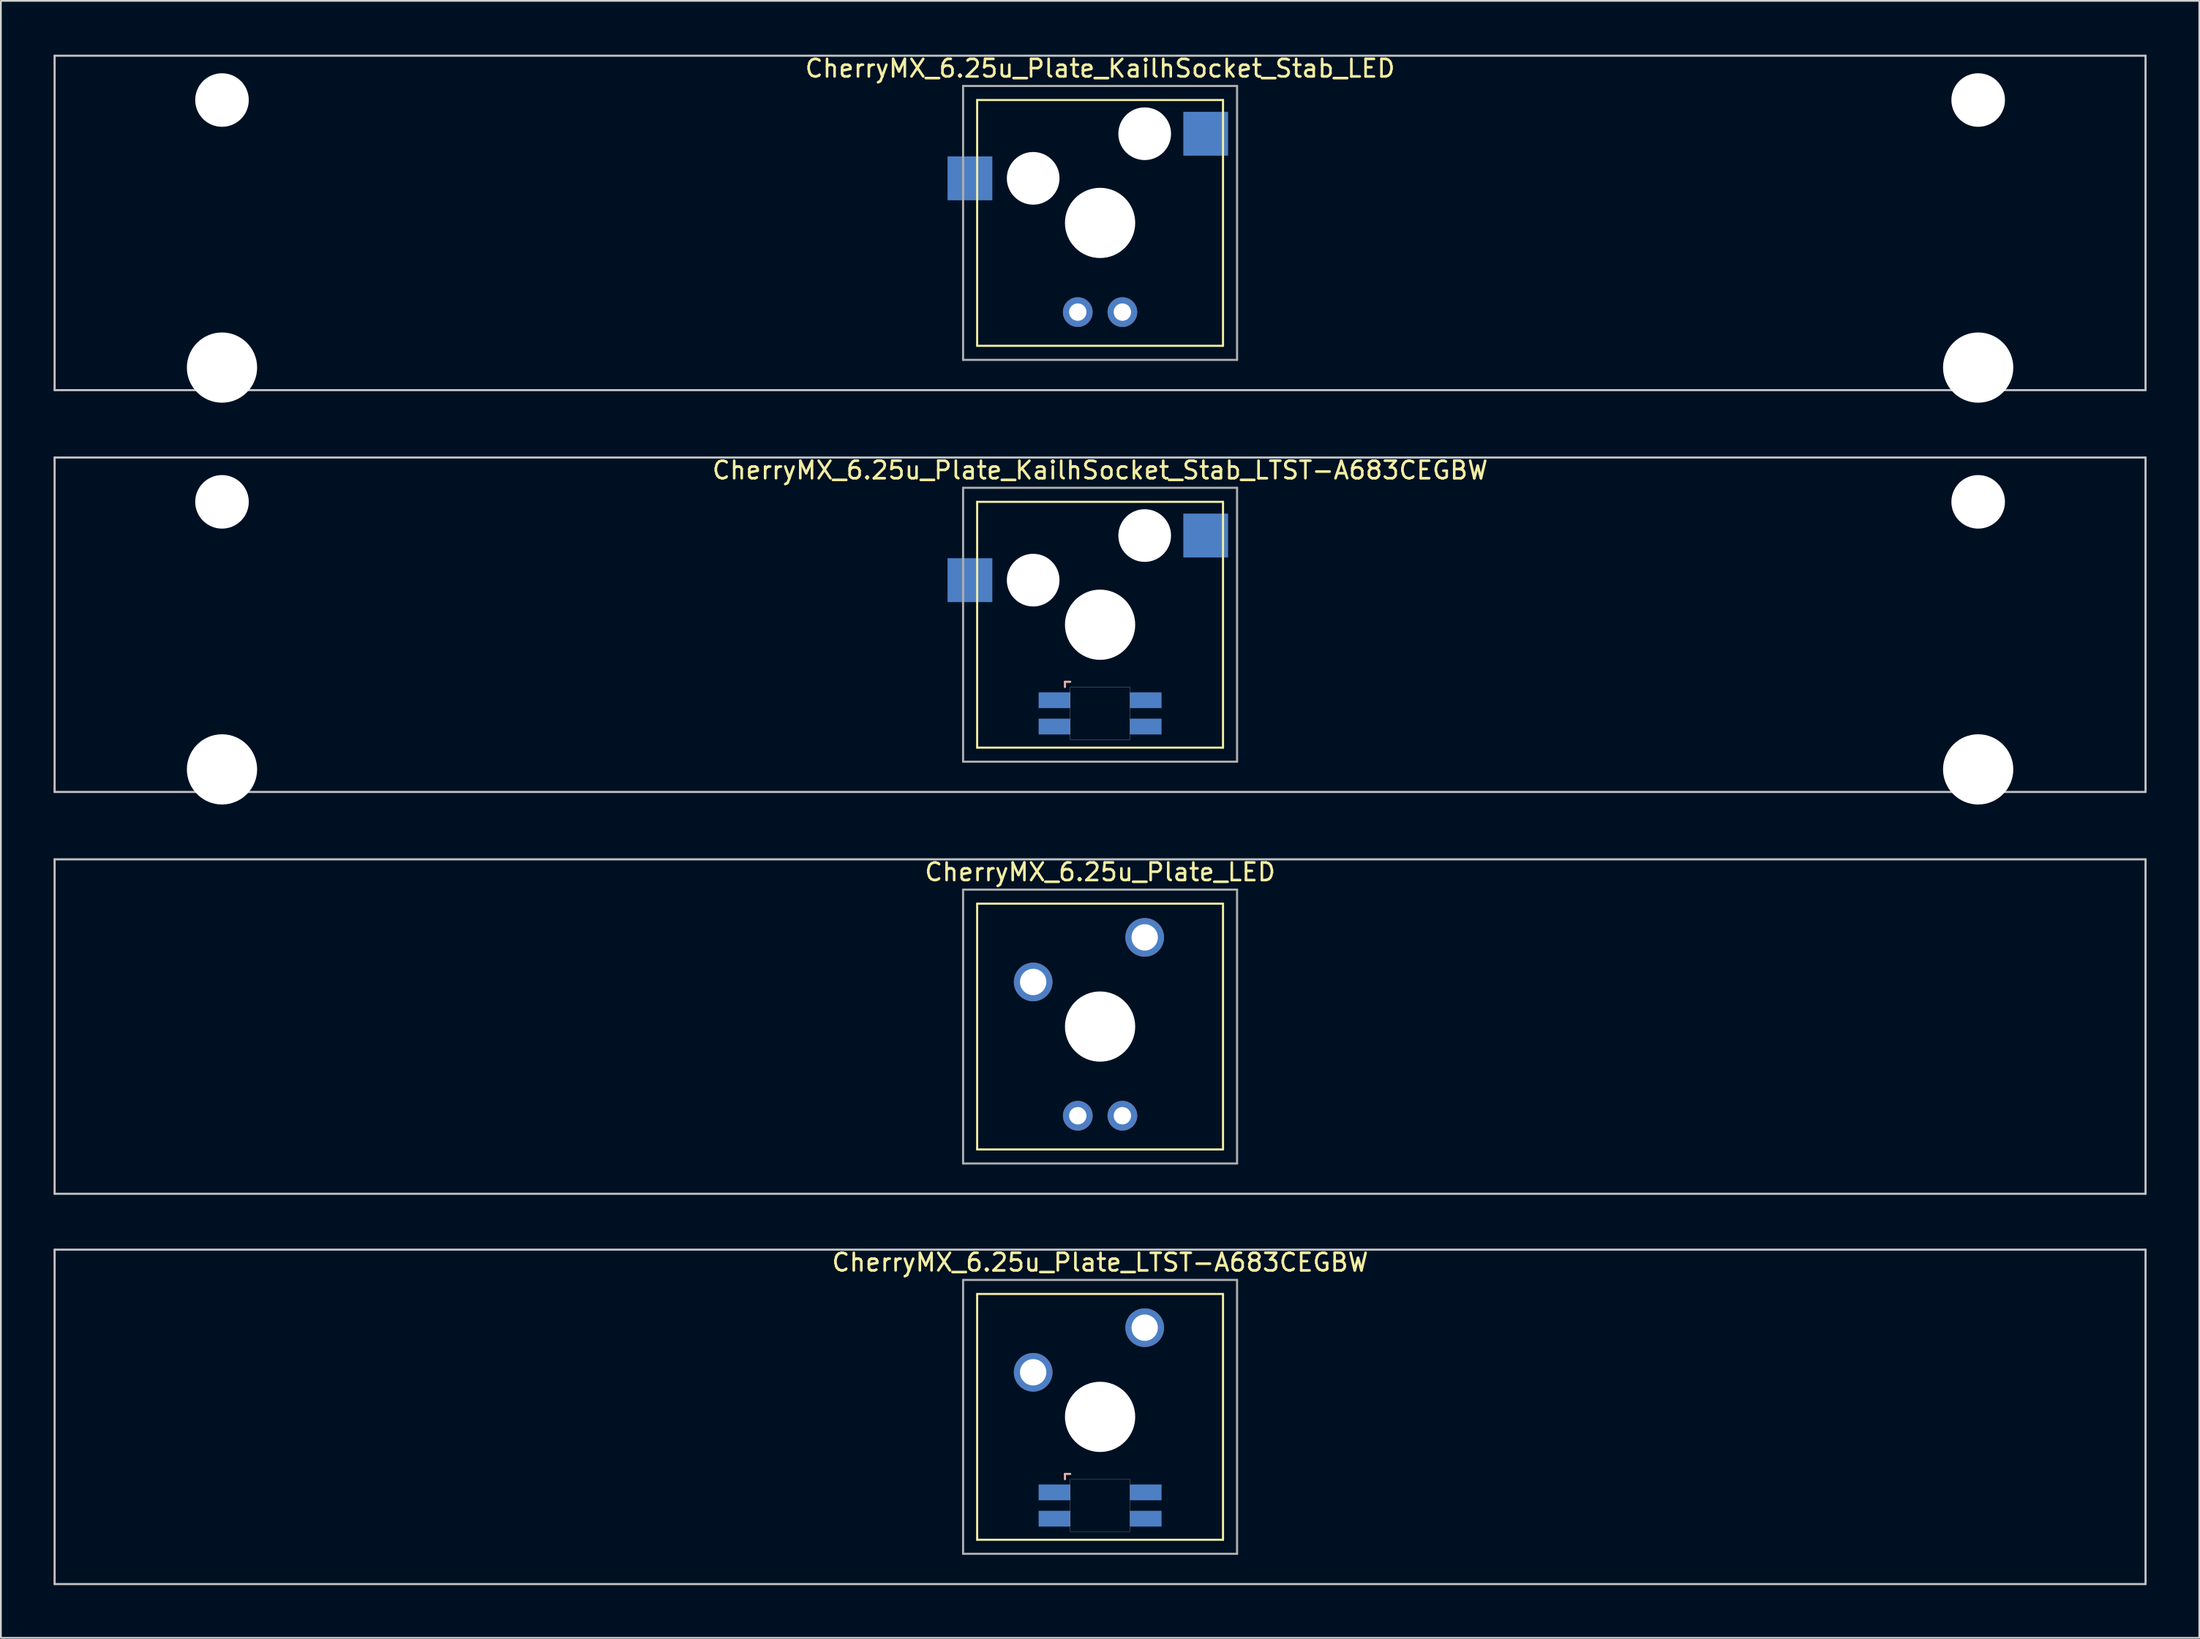
<source format=kicad_pcb>
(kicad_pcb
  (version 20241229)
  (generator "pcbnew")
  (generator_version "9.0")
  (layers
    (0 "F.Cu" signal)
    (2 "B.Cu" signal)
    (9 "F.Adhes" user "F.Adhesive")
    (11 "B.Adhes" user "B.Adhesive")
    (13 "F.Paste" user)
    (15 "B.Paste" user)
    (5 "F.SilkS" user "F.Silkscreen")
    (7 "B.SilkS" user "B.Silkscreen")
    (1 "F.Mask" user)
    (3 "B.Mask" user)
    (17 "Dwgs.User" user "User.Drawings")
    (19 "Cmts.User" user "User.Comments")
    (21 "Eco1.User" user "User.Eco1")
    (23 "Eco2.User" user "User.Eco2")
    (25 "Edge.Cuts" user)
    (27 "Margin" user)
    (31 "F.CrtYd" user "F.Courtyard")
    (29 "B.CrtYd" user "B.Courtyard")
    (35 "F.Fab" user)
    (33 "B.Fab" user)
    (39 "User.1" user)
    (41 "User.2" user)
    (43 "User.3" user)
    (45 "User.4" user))
  (footprint "CherryMX_6.25u_Plate_KailhSocket_Stab_LTST-A683CEGBW"
    (layer "F.Cu")
    (at 59.591 32.536)
    (property "Reference" "CherryMX_6.25u_Plate_KailhSocket_Stab_LTST-A683CEGBW" (at 0 -8.8 0) (layer "F.SilkS") (effects (font (size 1 1) (thickness 0.15))))
    (attr through_hole)
    (fp_line (start -7 -7) (end -7 7) (stroke (width 0.12) (type solid)) (layer "F.SilkS"))
    (fp_line (start -7 -7) (end 7 -7) (stroke (width 0.12) (type solid)) (layer "F.SilkS"))
    (fp_line (start 7 -7) (end 7 7) (stroke (width 0.12) (type solid)) (layer "F.SilkS"))
    (fp_line (start 7 7) (end -7 7) (stroke (width 0.12) (type solid)) (layer "F.SilkS"))
    (fp_line (start -2 3.25) (end -2 3.55) (stroke (width 0.12) (type solid)) (layer "B.SilkS"))
    (fp_line (start -1.7 3.25) (end -2 3.25) (stroke (width 0.12) (type solid)) (layer "B.SilkS"))
    (fp_line (start -59.531 -9.525) (end 59.531 -9.525) (stroke (width 0.12) (type solid)) (layer "Dwgs.User"))
    (fp_line (start -59.531 9.525) (end -59.531 -9.525) (stroke (width 0.12) (type solid)) (layer "Dwgs.User"))
    (fp_line (start 59.531 -9.525) (end 59.531 9.525) (stroke (width 0.12) (type solid)) (layer "Dwgs.User"))
    (fp_line (start 59.531 9.525) (end -59.531 9.525) (stroke (width 0.12) (type solid)) (layer "Dwgs.User"))
    (fp_poly (pts (xy 1.7 6.55) (xy -1.7 6.55) (xy -1.7 3.55) (xy 1.7 3.55)) (stroke (width 0.01) (type solid)) (fill no) (layer "Edge.Cuts"))
    (fp_line (start -7.8 -7.8) (end -7.8 7.8) (stroke (width 0.12) (type solid)) (layer "F.Fab"))
    (fp_line (start -7.8 -7.8) (end 7.8 -7.8) (stroke (width 0.12) (type solid)) (layer "F.Fab"))
    (fp_line (start -7.8 7.8) (end 7.8 7.8) (stroke (width 0.12) (type solid)) (layer "F.Fab"))
    (fp_line (start 7.8 -7.8) (end 7.8 7.8) (stroke (width 0.12) (type solid)) (layer "F.Fab"))
    (pad "" np_thru_hole circle (at -50 -7) (size 3.05 3.05) (drill 3.05) (layers "*.Cu" "*.Mask"))
    (pad "" np_thru_hole circle (at -50 8.24) (size 4 4) (drill 4) (layers "*.Cu" "*.Mask"))
    (pad "" np_thru_hole circle (at -3.81 -2.54) (size 3 3) (drill 3) (layers "*.Cu" "*.Mask"))
    (pad "" np_thru_hole circle (at 0 0) (size 4 4) (drill 4) (layers "*.Cu" "*.Mask"))
    (pad "" np_thru_hole circle (at 2.54 -5.08) (size 3 3) (drill 3) (layers "*.Cu" "*.Mask"))
    (pad "" np_thru_hole circle (at 50 -7) (size 3.05 3.05) (drill 3.05) (layers "*.Cu" "*.Mask"))
    (pad "" np_thru_hole circle (at 50 8.24) (size 4 4) (drill 4) (layers "*.Cu" "*.Mask"))
    (pad "1" smd rect (at -7.41 -2.54) (size 2.55 2.5) (layers "B.Cu" "B.Mask" "B.Paste"))
    (pad "2" smd rect (at 6.015 -5.08) (size 2.55 2.5) (layers "B.Cu" "B.Mask" "B.Paste"))
    (pad "3" smd rect (at -2.6 4.3) (size 1.8 0.9) (layers "B.Cu" "B.Mask" "B.Paste"))
    (pad "4" smd rect (at -2.6 5.8) (size 1.8 0.9) (layers "B.Cu" "B.Mask" "B.Paste"))
    (pad "5" smd rect (at 2.6 4.3) (size 1.8 0.9) (layers "B.Cu" "B.Mask" "B.Paste"))
    (pad "6" smd rect (at 2.6 5.8) (size 1.8 0.9) (layers "B.Cu" "B.Mask" "B.Paste")))
  (footprint "CherryMX_6.25u_Plate_KailhSocket_Stab_LED"
    (layer "F.Cu")
    (at 59.591 9.648)
    (property "Reference" "CherryMX_6.25u_Plate_KailhSocket_Stab_LED" (at 0 -8.8 0) (layer "F.SilkS") (effects (font (size 1 1) (thickness 0.15))))
    (attr through_hole)
    (fp_line (start -7 -7) (end -7 7) (stroke (width 0.12) (type solid)) (layer "F.SilkS"))
    (fp_line (start -7 -7) (end 7 -7) (stroke (width 0.12) (type solid)) (layer "F.SilkS"))
    (fp_line (start 7 -7) (end 7 7) (stroke (width 0.12) (type solid)) (layer "F.SilkS"))
    (fp_line (start 7 7) (end -7 7) (stroke (width 0.12) (type solid)) (layer "F.SilkS"))
    (fp_line (start -59.531 -9.525) (end 59.531 -9.525) (stroke (width 0.12) (type solid)) (layer "Dwgs.User"))
    (fp_line (start -59.531 9.525) (end -59.531 -9.525) (stroke (width 0.12) (type solid)) (layer "Dwgs.User"))
    (fp_line (start 59.531 -9.525) (end 59.531 9.525) (stroke (width 0.12) (type solid)) (layer "Dwgs.User"))
    (fp_line (start 59.531 9.525) (end -59.531 9.525) (stroke (width 0.12) (type solid)) (layer "Dwgs.User"))
    (fp_line (start -7.8 -7.8) (end -7.8 7.8) (stroke (width 0.12) (type solid)) (layer "F.Fab"))
    (fp_line (start -7.8 -7.8) (end 7.8 -7.8) (stroke (width 0.12) (type solid)) (layer "F.Fab"))
    (fp_line (start -7.8 7.8) (end 7.8 7.8) (stroke (width 0.12) (type solid)) (layer "F.Fab"))
    (fp_line (start 7.8 -7.8) (end 7.8 7.8) (stroke (width 0.12) (type solid)) (layer "F.Fab"))
    (pad "" np_thru_hole circle (at -50 -7) (size 3.05 3.05) (drill 3.05) (layers "*.Cu" "*.Mask"))
    (pad "" np_thru_hole circle (at -50 8.24) (size 4 4) (drill 4) (layers "*.Cu" "*.Mask"))
    (pad "" np_thru_hole circle (at -3.81 -2.54) (size 3 3) (drill 3) (layers "*.Cu" "*.Mask"))
    (pad "" np_thru_hole circle (at 0 0) (size 4 4) (drill 4) (layers "*.Cu" "*.Mask"))
    (pad "" np_thru_hole circle (at 2.54 -5.08) (size 3 3) (drill 3) (layers "*.Cu" "*.Mask"))
    (pad "" np_thru_hole circle (at 50 -7) (size 3.05 3.05) (drill 3.05) (layers "*.Cu" "*.Mask"))
    (pad "" np_thru_hole circle (at 50 8.24) (size 4 4) (drill 4) (layers "*.Cu" "*.Mask"))
    (pad "1" smd rect (at -7.41 -2.54) (size 2.55 2.5) (layers "B.Cu" "B.Mask" "B.Paste"))
    (pad "2" smd rect (at 6.015 -5.08) (size 2.55 2.5) (layers "B.Cu" "B.Mask" "B.Paste"))
    (pad "3" thru_hole circle (at -1.27 5.08) (size 1.691 1.691) (drill 0.991) (layers "*.Cu" "*.Mask"))
    (pad "4" thru_hole circle (at 1.27 5.08) (size 1.691 1.691) (drill 0.991) (layers "*.Cu" "*.Mask")))
  (footprint "CherryMX_6.25u_Plate_LTST-A683CEGBW"
    (layer "F.Cu")
    (at 59.591 77.658)
    (property "Reference" "CherryMX_6.25u_Plate_LTST-A683CEGBW" (at 0 -8.8 0) (layer "F.SilkS") (effects (font (size 1 1) (thickness 0.15))))
    (attr through_hole)
    (fp_line (start -7 -7) (end -7 7) (stroke (width 0.12) (type solid)) (layer "F.SilkS"))
    (fp_line (start -7 -7) (end 7 -7) (stroke (width 0.12) (type solid)) (layer "F.SilkS"))
    (fp_line (start 7 -7) (end 7 7) (stroke (width 0.12) (type solid)) (layer "F.SilkS"))
    (fp_line (start 7 7) (end -7 7) (stroke (width 0.12) (type solid)) (layer "F.SilkS"))
    (fp_line (start -2 3.25) (end -2 3.55) (stroke (width 0.12) (type solid)) (layer "B.SilkS"))
    (fp_line (start -1.7 3.25) (end -2 3.25) (stroke (width 0.12) (type solid)) (layer "B.SilkS"))
    (fp_line (start -59.531 -9.525) (end 59.531 -9.525) (stroke (width 0.12) (type solid)) (layer "Dwgs.User"))
    (fp_line (start -59.531 9.525) (end -59.531 -9.525) (stroke (width 0.12) (type solid)) (layer "Dwgs.User"))
    (fp_line (start 59.531 -9.525) (end 59.531 9.525) (stroke (width 0.12) (type solid)) (layer "Dwgs.User"))
    (fp_line (start 59.531 9.525) (end -59.531 9.525) (stroke (width 0.12) (type solid)) (layer "Dwgs.User"))
    (fp_poly (pts (xy 1.7 6.55) (xy -1.7 6.55) (xy -1.7 3.55) (xy 1.7 3.55)) (stroke (width 0.01) (type solid)) (fill no) (layer "Edge.Cuts"))
    (fp_line (start -7.8 -7.8) (end -7.8 7.8) (stroke (width 0.12) (type solid)) (layer "F.Fab"))
    (fp_line (start -7.8 -7.8) (end 7.8 -7.8) (stroke (width 0.12) (type solid)) (layer "F.Fab"))
    (fp_line (start -7.8 7.8) (end 7.8 7.8) (stroke (width 0.12) (type solid)) (layer "F.Fab"))
    (fp_line (start 7.8 -7.8) (end 7.8 7.8) (stroke (width 0.12) (type solid)) (layer "F.Fab"))
    (pad "" np_thru_hole circle (at 0 0) (size 4 4) (drill 4) (layers "*.Cu" "*.Mask"))
    (pad "1" thru_hole circle (at -3.81 -2.54) (size 2.2 2.2) (drill 1.5) (layers "*.Cu" "*.Mask"))
    (pad "2" thru_hole circle (at 2.54 -5.08) (size 2.2 2.2) (drill 1.5) (layers "*.Cu" "*.Mask"))
    (pad "3" smd rect (at -2.6 4.3) (size 1.8 0.9) (layers "B.Cu" "B.Mask" "B.Paste"))
    (pad "4" smd rect (at -2.6 5.8) (size 1.8 0.9) (layers "B.Cu" "B.Mask" "B.Paste"))
    (pad "5" smd rect (at 2.6 4.3) (size 1.8 0.9) (layers "B.Cu" "B.Mask" "B.Paste"))
    (pad "6" smd rect (at 2.6 5.8) (size 1.8 0.9) (layers "B.Cu" "B.Mask" "B.Paste")))
  (footprint "CherryMX_6.25u_Plate_LED"
    (layer "F.Cu")
    (at 59.591 55.425)
    (property "Reference" "CherryMX_6.25u_Plate_LED" (at 0 -8.8 0) (layer "F.SilkS") (effects (font (size 1 1) (thickness 0.15))))
    (attr through_hole)
    (fp_line (start -7 -7) (end -7 7) (stroke (width 0.12) (type solid)) (layer "F.SilkS"))
    (fp_line (start -7 -7) (end 7 -7) (stroke (width 0.12) (type solid)) (layer "F.SilkS"))
    (fp_line (start 7 -7) (end 7 7) (stroke (width 0.12) (type solid)) (layer "F.SilkS"))
    (fp_line (start 7 7) (end -7 7) (stroke (width 0.12) (type solid)) (layer "F.SilkS"))
    (fp_line (start -59.531 -9.525) (end 59.531 -9.525) (stroke (width 0.12) (type solid)) (layer "Dwgs.User"))
    (fp_line (start -59.531 9.525) (end -59.531 -9.525) (stroke (width 0.12) (type solid)) (layer "Dwgs.User"))
    (fp_line (start 59.531 -9.525) (end 59.531 9.525) (stroke (width 0.12) (type solid)) (layer "Dwgs.User"))
    (fp_line (start 59.531 9.525) (end -59.531 9.525) (stroke (width 0.12) (type solid)) (layer "Dwgs.User"))
    (fp_line (start -7.8 -7.8) (end -7.8 7.8) (stroke (width 0.12) (type solid)) (layer "F.Fab"))
    (fp_line (start -7.8 -7.8) (end 7.8 -7.8) (stroke (width 0.12) (type solid)) (layer "F.Fab"))
    (fp_line (start -7.8 7.8) (end 7.8 7.8) (stroke (width 0.12) (type solid)) (layer "F.Fab"))
    (fp_line (start 7.8 -7.8) (end 7.8 7.8) (stroke (width 0.12) (type solid)) (layer "F.Fab"))
    (pad "" np_thru_hole circle (at 0 0) (size 4 4) (drill 4) (layers "*.Cu" "*.Mask"))
    (pad "1" thru_hole circle (at -3.81 -2.54) (size 2.2 2.2) (drill 1.5) (layers "*.Cu" "*.Mask"))
    (pad "2" thru_hole circle (at 2.54 -5.08) (size 2.2 2.2) (drill 1.5) (layers "*.Cu" "*.Mask"))
    (pad "3" thru_hole circle (at -1.27 5.08) (size 1.691 1.691) (drill 0.991) (layers "*.Cu" "*.Mask"))
    (pad "4" thru_hole circle (at 1.27 5.08) (size 1.691 1.691) (drill 0.991) (layers "*.Cu" "*.Mask")))
  (gr_rect
    (start -3 -3)
    (end 122.183 90.243)
    (stroke (width 0.1) (type default))
    (fill no)
    (layer "Edge.Cuts")))
</source>
